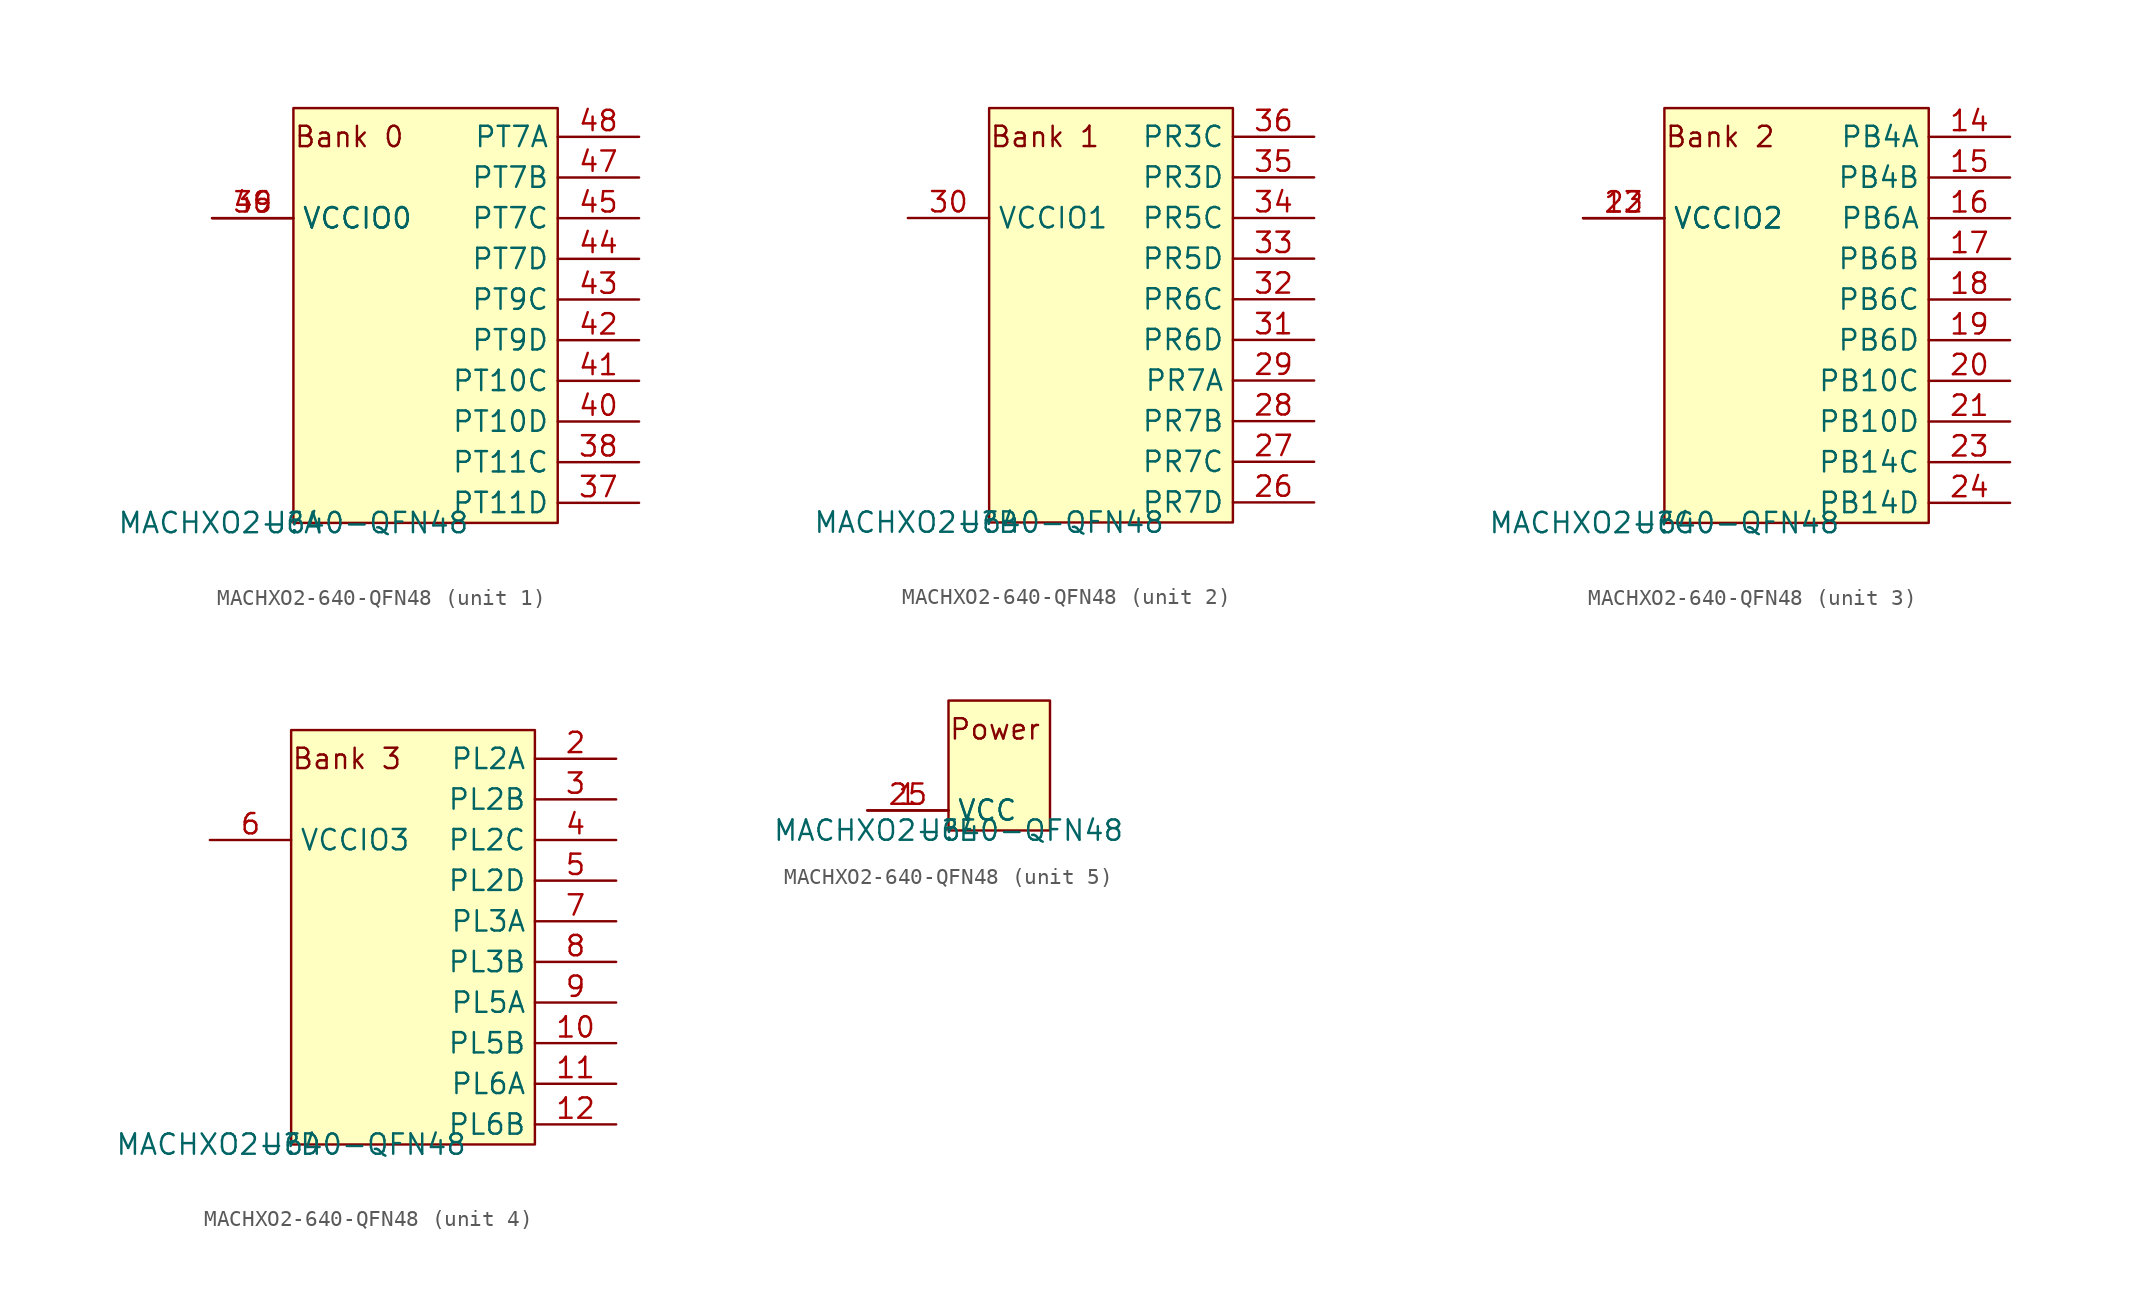
<source format=kicad_sym>
(kicad_symbol_lib
  (version 20211014)
  (generator kicad_symbol_editor)
  (symbol "MACHXO2-640-QFN48"
    (property "Reference" "U"
      (at 0 0 0)
      (effects (font (size 1.27 1.27))))
    (property "Value" "MACHXO2-640-QFN48"
      (at 0 0 0)
      (effects (font (size 1.27 1.27))))
    (property "ki_locked" ""
      (at 0 0 0)
      (effects (font (size 1.27 1.27))))
    (symbol "MACHXO2-640-QFN48_1_0"
      (pin power_in line (at -5.08 19.034 0) (length 5.08) (name "VCCIO0" (effects (font (size 1.27 1.27)))) (number "39" (effects (font (size 1.27 1.27)))))
      (pin power_in line (at -5.08 19.034 0) (length 5.08) (name "VCCIO0" (effects (font (size 1.27 1.27)))) (number "46" (effects (font (size 1.27 1.27)))))
      (pin bidirectional line (at 21.59 24.114 180) (length 5.08) (name "PT7A" (effects (font (size 1.27 1.27)))) (number "48" (effects (font (size 1.27 1.27)))))
      (pin bidirectional line (at 21.59 21.574 180) (length 5.08) (name "PT7B" (effects (font (size 1.27 1.27)))) (number "47" (effects (font (size 1.27 1.27)))))
      (pin bidirectional line (at 21.59 19.034 180) (length 5.08) (name "PT7C" (effects (font (size 1.27 1.27)))) (number "45" (effects (font (size 1.27 1.27)))))
      (pin bidirectional line (at 21.59 16.494 180) (length 5.08) (name "PT7D" (effects (font (size 1.27 1.27)))) (number "44" (effects (font (size 1.27 1.27)))))
      (pin bidirectional line (at 21.59 13.954 180) (length 5.08) (name "PT9C" (effects (font (size 1.27 1.27)))) (number "43" (effects (font (size 1.27 1.27)))))
      (pin bidirectional line (at 21.59 11.414 180) (length 5.08) (name "PT9D" (effects (font (size 1.27 1.27)))) (number "42" (effects (font (size 1.27 1.27)))))
      (pin bidirectional line (at 21.59 8.874 180) (length 5.08) (name "PT10C" (effects (font (size 1.27 1.27)))) (number "41" (effects (font (size 1.27 1.27)))))
      (pin bidirectional line (at 21.59 6.334 180) (length 5.08) (name "PT10D" (effects (font (size 1.27 1.27)))) (number "40" (effects (font (size 1.27 1.27)))))
      (pin bidirectional line (at 21.59 3.794 180) (length 5.08) (name "PT11C" (effects (font (size 1.27 1.27)))) (number "38" (effects (font (size 1.27 1.27)))))
      (pin bidirectional line (at 21.59 1.254 180) (length 5.08) (name "PT11D" (effects (font (size 1.27 1.27)))) (number "37" (effects (font (size 1.27 1.27))))))
    (symbol "MACHXO2-640-QFN48_1_1"
      (rectangle (start 0 0) (end 16.51 25.908) (stroke (width 0) (type default) (color 0 0 0 0)) (fill (type background)))
      (text "Bank 0" (at 0 24.114 0) (effects (font (size 1.27 1.27)) (justify left))))
    (symbol "MACHXO2-640-QFN48_2_0"
      (pin power_in line (at -5.08 19.034 0) (length 5.08) (name "VCCIO1" (effects (font (size 1.27 1.27)))) (number "30" (effects (font (size 1.27 1.27)))))
      (pin bidirectional line (at 20.32 24.114 180) (length 5.08) (name "PR3C" (effects (font (size 1.27 1.27)))) (number "36" (effects (font (size 1.27 1.27)))))
      (pin bidirectional line (at 20.32 21.574 180) (length 5.08) (name "PR3D" (effects (font (size 1.27 1.27)))) (number "35" (effects (font (size 1.27 1.27)))))
      (pin bidirectional line (at 20.32 19.034 180) (length 5.08) (name "PR5C" (effects (font (size 1.27 1.27)))) (number "34" (effects (font (size 1.27 1.27)))))
      (pin bidirectional line (at 20.32 16.494 180) (length 5.08) (name "PR5D" (effects (font (size 1.27 1.27)))) (number "33" (effects (font (size 1.27 1.27)))))
      (pin bidirectional line (at 20.32 13.954 180) (length 5.08) (name "PR6C" (effects (font (size 1.27 1.27)))) (number "32" (effects (font (size 1.27 1.27)))))
      (pin bidirectional line (at 20.32 11.414 180) (length 5.08) (name "PR6D" (effects (font (size 1.27 1.27)))) (number "31" (effects (font (size 1.27 1.27)))))
      (pin bidirectional line (at 20.32 8.874 180) (length 5.08) (name "PR7A" (effects (font (size 1.27 1.27)))) (number "29" (effects (font (size 1.27 1.27)))))
      (pin bidirectional line (at 20.32 6.334 180) (length 5.08) (name "PR7B" (effects (font (size 1.27 1.27)))) (number "28" (effects (font (size 1.27 1.27)))))
      (pin bidirectional line (at 20.32 3.794 180) (length 5.08) (name "PR7C" (effects (font (size 1.27 1.27)))) (number "27" (effects (font (size 1.27 1.27)))))
      (pin bidirectional line (at 20.32 1.254 180) (length 5.08) (name "PR7D" (effects (font (size 1.27 1.27)))) (number "26" (effects (font (size 1.27 1.27))))))
    (symbol "MACHXO2-640-QFN48_2_1"
      (rectangle (start 0 0) (end 15.24 25.908) (stroke (width 0) (type default) (color 0 0 0 0)) (fill (type background)))
      (text "Bank 1" (at 0 24.114 0) (effects (font (size 1.27 1.27)) (justify left))))
    (symbol "MACHXO2-640-QFN48_3_0"
      (pin power_in line (at -5.08 19.034 0) (length 5.08) (name "VCCIO2" (effects (font (size 1.27 1.27)))) (number "13" (effects (font (size 1.27 1.27)))))
      (pin power_in line (at -5.08 19.034 0) (length 5.08) (name "VCCIO2" (effects (font (size 1.27 1.27)))) (number "22" (effects (font (size 1.27 1.27)))))
      (pin bidirectional line (at 21.59 24.114 180) (length 5.08) (name "PB4A" (effects (font (size 1.27 1.27)))) (number "14" (effects (font (size 1.27 1.27)))))
      (pin bidirectional line (at 21.59 21.574 180) (length 5.08) (name "PB4B" (effects (font (size 1.27 1.27)))) (number "15" (effects (font (size 1.27 1.27)))))
      (pin bidirectional line (at 21.59 19.034 180) (length 5.08) (name "PB6A" (effects (font (size 1.27 1.27)))) (number "16" (effects (font (size 1.27 1.27)))))
      (pin bidirectional line (at 21.59 16.494 180) (length 5.08) (name "PB6B" (effects (font (size 1.27 1.27)))) (number "17" (effects (font (size 1.27 1.27)))))
      (pin bidirectional line (at 21.59 13.954 180) (length 5.08) (name "PB6C" (effects (font (size 1.27 1.27)))) (number "18" (effects (font (size 1.27 1.27)))))
      (pin bidirectional line (at 21.59 11.414 180) (length 5.08) (name "PB6D" (effects (font (size 1.27 1.27)))) (number "19" (effects (font (size 1.27 1.27)))))
      (pin bidirectional line (at 21.59 8.874 180) (length 5.08) (name "PB10C" (effects (font (size 1.27 1.27)))) (number "20" (effects (font (size 1.27 1.27)))))
      (pin bidirectional line (at 21.59 6.334 180) (length 5.08) (name "PB10D" (effects (font (size 1.27 1.27)))) (number "21" (effects (font (size 1.27 1.27)))))
      (pin bidirectional line (at 21.59 3.794 180) (length 5.08) (name "PB14C" (effects (font (size 1.27 1.27)))) (number "23" (effects (font (size 1.27 1.27)))))
      (pin bidirectional line (at 21.59 1.254 180) (length 5.08) (name "PB14D" (effects (font (size 1.27 1.27)))) (number "24" (effects (font (size 1.27 1.27))))))
    (symbol "MACHXO2-640-QFN48_3_1"
      (rectangle (start 0 0) (end 16.51 25.908) (stroke (width 0) (type default) (color 0 0 0 0)) (fill (type background)))
      (text "Bank 2" (at 0 24.114 0) (effects (font (size 1.27 1.27)) (justify left))))
    (symbol "MACHXO2-640-QFN48_4_0"
      (pin power_in line (at -5.08 19.034 0) (length 5.08) (name "VCCIO3" (effects (font (size 1.27 1.27)))) (number "6" (effects (font (size 1.27 1.27)))))
      (pin bidirectional line (at 20.32 24.114 180) (length 5.08) (name "PL2A" (effects (font (size 1.27 1.27)))) (number "2" (effects (font (size 1.27 1.27)))))
      (pin bidirectional line (at 20.32 21.574 180) (length 5.08) (name "PL2B" (effects (font (size 1.27 1.27)))) (number "3" (effects (font (size 1.27 1.27)))))
      (pin bidirectional line (at 20.32 19.034 180) (length 5.08) (name "PL2C" (effects (font (size 1.27 1.27)))) (number "4" (effects (font (size 1.27 1.27)))))
      (pin bidirectional line (at 20.32 16.494 180) (length 5.08) (name "PL2D" (effects (font (size 1.27 1.27)))) (number "5" (effects (font (size 1.27 1.27)))))
      (pin bidirectional line (at 20.32 13.954 180) (length 5.08) (name "PL3A" (effects (font (size 1.27 1.27)))) (number "7" (effects (font (size 1.27 1.27)))))
      (pin bidirectional line (at 20.32 11.414 180) (length 5.08) (name "PL3B" (effects (font (size 1.27 1.27)))) (number "8" (effects (font (size 1.27 1.27)))))
      (pin bidirectional line (at 20.32 8.874 180) (length 5.08) (name "PL5A" (effects (font (size 1.27 1.27)))) (number "9" (effects (font (size 1.27 1.27)))))
      (pin bidirectional line (at 20.32 6.334 180) (length 5.08) (name "PL5B" (effects (font (size 1.27 1.27)))) (number "10" (effects (font (size 1.27 1.27)))))
      (pin bidirectional line (at 20.32 3.794 180) (length 5.08) (name "PL6A" (effects (font (size 1.27 1.27)))) (number "11" (effects (font (size 1.27 1.27)))))
      (pin bidirectional line (at 20.32 1.254 180) (length 5.08) (name "PL6B" (effects (font (size 1.27 1.27)))) (number "12" (effects (font (size 1.27 1.27))))))
    (symbol "MACHXO2-640-QFN48_4_1"
      (rectangle (start 0 0) (end 15.24 25.908) (stroke (width 0) (type default) (color 0 0 0 0)) (fill (type background)))
      (text "Bank 3" (at 0 24.114 0) (effects (font (size 1.27 1.27)) (justify left))))
    (symbol "MACHXO2-640-QFN48_5_0"
      (pin power_in line (at -5.08 1.254 0) (length 5.08) (name "VCC" (effects (font (size 1.27 1.27)))) (number "25" (effects (font (size 1.27 1.27)))))
      (pin power_in line (at -5.08 1.254 0) (length 5.08) (name "VCC" (effects (font (size 1.27 1.27)))) (number "1" (effects (font (size 1.27 1.27))))))
    (symbol "MACHXO2-640-QFN48_5_1"
      (rectangle (start 0 0) (end 6.35 8.128) (stroke (width 0) (type default) (color 0 0 0 0)) (fill (type background)))
      (text "Power" (at 0 6.334 0) (effects (font (size 1.27 1.27)) (justify left))))))
</source>
